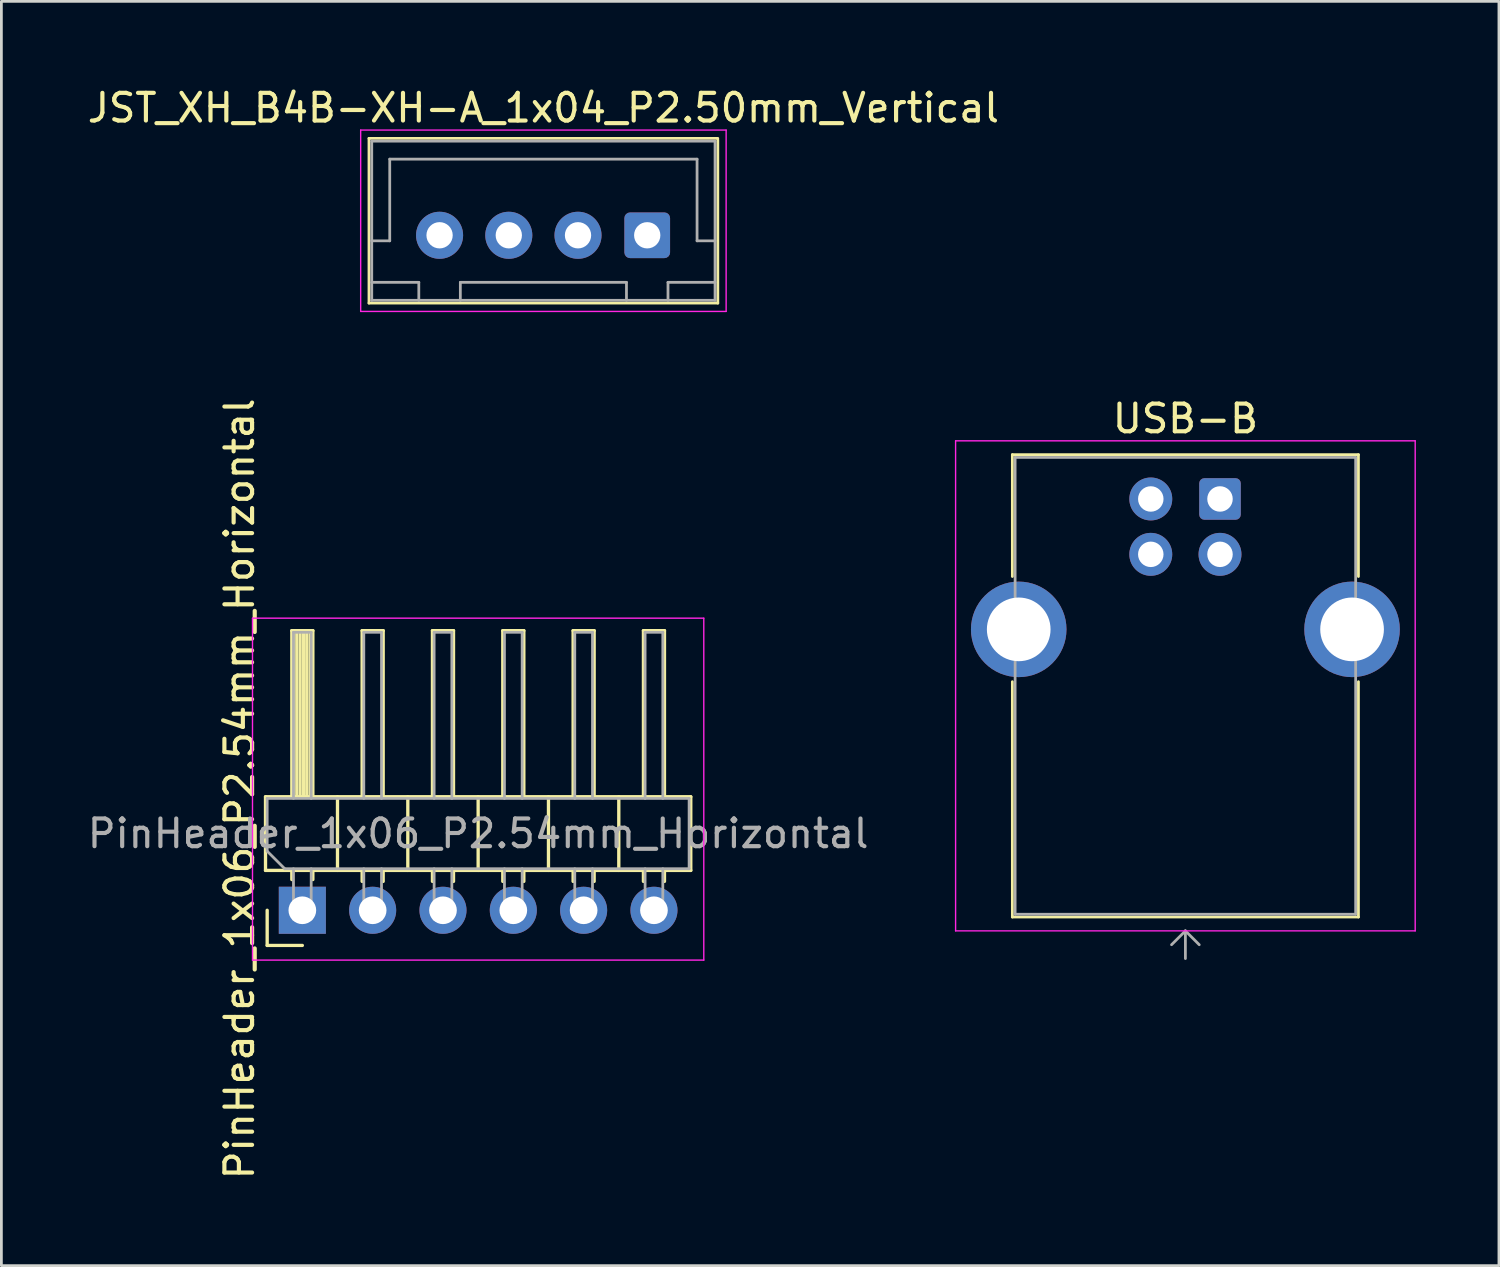
<source format=kicad_pcb>
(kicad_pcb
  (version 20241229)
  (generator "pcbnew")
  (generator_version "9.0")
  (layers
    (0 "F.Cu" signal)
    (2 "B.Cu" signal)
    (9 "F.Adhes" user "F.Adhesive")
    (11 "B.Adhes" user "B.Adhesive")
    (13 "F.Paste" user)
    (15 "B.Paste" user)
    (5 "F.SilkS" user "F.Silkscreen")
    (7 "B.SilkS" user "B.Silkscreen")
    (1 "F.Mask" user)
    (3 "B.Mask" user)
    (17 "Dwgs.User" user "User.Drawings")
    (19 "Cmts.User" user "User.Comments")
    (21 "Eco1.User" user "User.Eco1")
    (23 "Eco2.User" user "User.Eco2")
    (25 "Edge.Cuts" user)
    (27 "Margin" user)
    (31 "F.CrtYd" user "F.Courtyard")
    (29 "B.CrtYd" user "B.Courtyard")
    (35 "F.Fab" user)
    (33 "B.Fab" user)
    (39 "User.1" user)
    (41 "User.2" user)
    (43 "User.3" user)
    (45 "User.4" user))
  (footprint "USB-B"
    (layer "F.Cu")
    (at 39.765 15.972)
    (property "Reference" "USB-B" (at 0 -3.9 180) (layer "F.SilkS") (effects (font (size 1 1) (thickness 0.15))))
    (attr through_hole)
    (fp_line (start -6.25 -2.6) (end 6.25 -2.6) (stroke (width 0.1) (type solid)) (layer "F.SilkS"))
    (fp_line (start -6.25 1.8) (end -6.25 -2.6) (stroke (width 0.1) (type solid)) (layer "F.SilkS"))
    (fp_line (start -6.25 5.6) (end -6.25 14.1) (stroke (width 0.1) (type solid)) (layer "F.SilkS"))
    (fp_line (start -6.25 14.1) (end 6.25 14.1) (stroke (width 0.1) (type solid)) (layer "F.SilkS"))
    (fp_line (start 6.25 -2.6) (end 6.25 1.8) (stroke (width 0.1) (type solid)) (layer "F.SilkS"))
    (fp_line (start 6.25 14.1) (end 6.25 5.6) (stroke (width 0.1) (type solid)) (layer "F.SilkS"))
    (fp_line (start -8.3 -3.1) (end -8.3 14.6) (stroke (width 0.05) (type solid)) (layer "F.CrtYd"))
    (fp_line (start -8.3 14.6) (end 8.3 14.6) (stroke (width 0.05) (type solid)) (layer "F.CrtYd"))
    (fp_line (start 8.3 -3.1) (end -8.3 -3.1) (stroke (width 0.05) (type solid)) (layer "F.CrtYd"))
    (fp_line (start 8.3 14.6) (end 8.3 -3.1) (stroke (width 0.05) (type solid)) (layer "F.CrtYd"))
    (fp_line (start -6.15 -2.5) (end 6.15 -2.5) (stroke (width 0.1) (type solid)) (layer "F.Fab"))
    (fp_line (start -6.15 14) (end -6.15 -2.5) (stroke (width 0.1) (type solid)) (layer "F.Fab"))
    (fp_line (start -0.5 15.1) (end 0 14.6) (stroke (width 0.1) (type solid)) (layer "F.Fab"))
    (fp_line (start 0 14.6) (end 0 15.6) (stroke (width 0.1) (type solid)) (layer "F.Fab"))
    (fp_line (start 0 14.6) (end 0.5 15.1) (stroke (width 0.1) (type solid)) (layer "F.Fab"))
    (fp_line (start 6.15 -2.5) (end 6.15 14) (stroke (width 0.1) (type solid)) (layer "F.Fab"))
    (fp_line (start 6.15 14) (end -6.15 14) (stroke (width 0.1) (type solid)) (layer "F.Fab"))
    (pad "1" thru_hole roundrect (at 1.25 -1) (size 1.5 1.5) (drill 0.92) (layers "*.Cu" "*.Mask") (roundrect_rratio 0.125))
    (pad "2" thru_hole circle (at -1.25 -1) (size 1.55 1.55) (drill 0.92) (layers "*.Cu" "*.Mask"))
    (pad "3" thru_hole circle (at -1.25 1) (size 1.55 1.55) (drill 0.92) (layers "*.Cu" "*.Mask"))
    (pad "4" thru_hole circle (at 1.25 1) (size 1.55 1.55) (drill 0.92) (layers "*.Cu" "*.Mask"))
    (pad "SH" thru_hole circle (at -6.02 3.71) (size 3.45 3.45) (drill 2.3) (layers "*.Cu" "*.Mask"))
    (pad "SH" thru_hole circle (at 6.02 3.71) (size 3.45 3.45) (drill 2.3) (layers "*.Cu" "*.Mask")))
  (footprint "JST_XH_B4B-XH-A_1x04_P2.50mm_Vertical"
    (layer "F.Cu")
    (at 16.577 5.448)
    (property "Reference" "JST_XH_B4B-XH-A_1x04_P2.50mm_Vertical" (at 0 -4.6 180) (layer "F.SilkS") (effects (font (size 1 1) (thickness 0.15))))
    (attr through_hole)
    (fp_line (start -6.3 -3.5) (end -6.3 2.45) (stroke (width 0.1) (type solid)) (layer "F.SilkS"))
    (fp_line (start -6.3 2.45) (end 6.3 2.45) (stroke (width 0.1) (type solid)) (layer "F.SilkS"))
    (fp_line (start 6.3 -3.5) (end -6.3 -3.5) (stroke (width 0.1) (type solid)) (layer "F.SilkS"))
    (fp_line (start 6.3 2.45) (end 6.3 -3.45) (stroke (width 0.1) (type solid)) (layer "F.SilkS"))
    (fp_line (start -6.6 -3.8) (end -6.6 2.75) (stroke (width 0.05) (type solid)) (layer "F.CrtYd"))
    (fp_line (start -6.6 2.75) (end 6.6 2.75) (stroke (width 0.05) (type solid)) (layer "F.CrtYd"))
    (fp_line (start 6.6 -3.8) (end -6.6 -3.8) (stroke (width 0.05) (type solid)) (layer "F.CrtYd"))
    (fp_line (start 6.6 2.75) (end 6.6 -3.8) (stroke (width 0.05) (type solid)) (layer "F.CrtYd"))
    (fp_line (start -6.2 -3.4) (end -6.2 2.35) (stroke (width 0.1) (type solid)) (layer "F.Fab"))
    (fp_line (start -6.2 0.2) (end -5.55 0.2) (stroke (width 0.1) (type solid)) (layer "F.Fab"))
    (fp_line (start -6.2 2.35) (end 6.2 2.35) (stroke (width 0.1) (type solid)) (layer "F.Fab"))
    (fp_line (start -5.55 -2.75) (end 5.55 -2.75) (stroke (width 0.1) (type solid)) (layer "F.Fab"))
    (fp_line (start -5.55 0.2) (end -5.55 -2.75) (stroke (width 0.1) (type solid)) (layer "F.Fab"))
    (fp_line (start -4.5 1.7) (end -6.2 1.7) (stroke (width 0.1) (type solid)) (layer "F.Fab"))
    (fp_line (start -4.5 2.35) (end -4.5 1.7) (stroke (width 0.1) (type solid)) (layer "F.Fab"))
    (fp_line (start -3 1.7) (end -3 2.35) (stroke (width 0.1) (type solid)) (layer "F.Fab"))
    (fp_line (start 3 1.7) (end -3 1.7) (stroke (width 0.1) (type solid)) (layer "F.Fab"))
    (fp_line (start 3 2.35) (end 3 1.7) (stroke (width 0.1) (type solid)) (layer "F.Fab"))
    (fp_line (start 4.5 1.7) (end 4.5 2.35) (stroke (width 0.1) (type solid)) (layer "F.Fab"))
    (fp_line (start 5.55 0.2) (end 5.55 -2.75) (stroke (width 0.1) (type solid)) (layer "F.Fab"))
    (fp_line (start 6.2 -3.4) (end -6.2 -3.4) (stroke (width 0.1) (type solid)) (layer "F.Fab"))
    (fp_line (start 6.2 0.2) (end 5.55 0.2) (stroke (width 0.1) (type solid)) (layer "F.Fab"))
    (fp_line (start 6.2 1.7) (end 4.5 1.7) (stroke (width 0.1) (type solid)) (layer "F.Fab"))
    (fp_line (start 6.2 2.35) (end 6.2 -3.4) (stroke (width 0.1) (type solid)) (layer "F.Fab"))
    (pad "1" thru_hole roundrect (at 3.75 0 90) (size 1.65 1.65) (drill 0.95) (layers "*.Cu" "*.Mask") (roundrect_rratio 0.125))
    (pad "2" thru_hole circle (at 1.25 0) (size 1.7 1.7) (drill 0.95) (layers "*.Cu" "*.Mask"))
    (pad "3" thru_hole circle (at -1.25 0) (size 1.7 1.7) (drill 0.95) (layers "*.Cu" "*.Mask"))
    (pad "4" thru_hole circle (at -3.75 0) (size 1.7 1.7) (drill 0.95) (layers "*.Cu" "*.Mask")))
  (footprint "PinHeader_1x06_P2.54mm_Horizontal"
    (layer "F.Cu")
    (at 8.03 29.728)
    (property "Reference" "PinHeader_1x06_P2.54mm_Horizontal" (at -2.43 -4.285 90) (layer "F.SilkS") (effects (font (size 1 1) (thickness 0.15))))
    (attr through_hole)
    (fp_line (start -1.49 -4) (end -1.49 -1.34) (stroke (width 0.12) (type solid)) (layer "F.SilkS"))
    (fp_line (start -1.49 -1.34) (end 13.87 -1.34) (stroke (width 0.12) (type solid)) (layer "F.SilkS"))
    (fp_line (start -1.43 1.37) (end -1.43 0.1) (stroke (width 0.12) (type solid)) (layer "F.SilkS"))
    (fp_line (start -0.54 -10) (end 0.22 -10) (stroke (width 0.12) (type solid)) (layer "F.SilkS"))
    (fp_line (start -0.54 -4) (end -0.54 -10) (stroke (width 0.12) (type solid)) (layer "F.SilkS"))
    (fp_line (start -0.54 -1.01) (end -0.54 -1.34) (stroke (width 0.12) (type solid)) (layer "F.SilkS"))
    (fp_line (start -0.48 -4) (end -0.48 -10) (stroke (width 0.12) (type solid)) (layer "F.SilkS"))
    (fp_line (start -0.36 -4) (end -0.36 -10) (stroke (width 0.12) (type solid)) (layer "F.SilkS"))
    (fp_line (start -0.24 -4) (end -0.24 -10) (stroke (width 0.12) (type solid)) (layer "F.SilkS"))
    (fp_line (start -0.16 1.37) (end -1.43 1.37) (stroke (width 0.12) (type solid)) (layer "F.SilkS"))
    (fp_line (start -0.12 -4) (end -0.12 -10) (stroke (width 0.12) (type solid)) (layer "F.SilkS"))
    (fp_line (start 0 -4) (end 0 -10) (stroke (width 0.12) (type solid)) (layer "F.SilkS"))
    (fp_line (start 0.12 -4) (end 0.12 -10) (stroke (width 0.12) (type solid)) (layer "F.SilkS"))
    (fp_line (start 0.22 -10) (end 0.22 -4) (stroke (width 0.12) (type solid)) (layer "F.SilkS"))
    (fp_line (start 0.22 -1.01) (end 0.22 -1.34) (stroke (width 0.12) (type solid)) (layer "F.SilkS"))
    (fp_line (start 1.11 -1.34) (end 1.11 -4) (stroke (width 0.12) (type solid)) (layer "F.SilkS"))
    (fp_line (start 2 -10) (end 2.76 -10) (stroke (width 0.12) (type solid)) (layer "F.SilkS"))
    (fp_line (start 2 -4) (end 2 -10) (stroke (width 0.12) (type solid)) (layer "F.SilkS"))
    (fp_line (start 2 -0.943) (end 2 -1.34) (stroke (width 0.12) (type solid)) (layer "F.SilkS"))
    (fp_line (start 2.76 -10) (end 2.76 -4) (stroke (width 0.12) (type solid)) (layer "F.SilkS"))
    (fp_line (start 2.76 -0.943) (end 2.76 -1.34) (stroke (width 0.12) (type solid)) (layer "F.SilkS"))
    (fp_line (start 3.65 -1.34) (end 3.65 -4) (stroke (width 0.12) (type solid)) (layer "F.SilkS"))
    (fp_line (start 4.54 -10) (end 5.3 -10) (stroke (width 0.12) (type solid)) (layer "F.SilkS"))
    (fp_line (start 4.54 -4) (end 4.54 -10) (stroke (width 0.12) (type solid)) (layer "F.SilkS"))
    (fp_line (start 4.54 -0.943) (end 4.54 -1.34) (stroke (width 0.12) (type solid)) (layer "F.SilkS"))
    (fp_line (start 5.3 -10) (end 5.3 -4) (stroke (width 0.12) (type solid)) (layer "F.SilkS"))
    (fp_line (start 5.3 -0.943) (end 5.3 -1.34) (stroke (width 0.12) (type solid)) (layer "F.SilkS"))
    (fp_line (start 6.19 -1.34) (end 6.19 -4) (stroke (width 0.12) (type solid)) (layer "F.SilkS"))
    (fp_line (start 7.08 -10) (end 7.84 -10) (stroke (width 0.12) (type solid)) (layer "F.SilkS"))
    (fp_line (start 7.08 -4) (end 7.08 -10) (stroke (width 0.12) (type solid)) (layer "F.SilkS"))
    (fp_line (start 7.08 -0.943) (end 7.08 -1.34) (stroke (width 0.12) (type solid)) (layer "F.SilkS"))
    (fp_line (start 7.84 -10) (end 7.84 -4) (stroke (width 0.12) (type solid)) (layer "F.SilkS"))
    (fp_line (start 7.84 -0.943) (end 7.84 -1.34) (stroke (width 0.12) (type solid)) (layer "F.SilkS"))
    (fp_line (start 8.73 -1.34) (end 8.73 -4) (stroke (width 0.12) (type solid)) (layer "F.SilkS"))
    (fp_line (start 9.62 -10) (end 10.38 -10) (stroke (width 0.12) (type solid)) (layer "F.SilkS"))
    (fp_line (start 9.62 -4) (end 9.62 -10) (stroke (width 0.12) (type solid)) (layer "F.SilkS"))
    (fp_line (start 9.62 -0.943) (end 9.62 -1.34) (stroke (width 0.12) (type solid)) (layer "F.SilkS"))
    (fp_line (start 10.38 -10) (end 10.38 -4) (stroke (width 0.12) (type solid)) (layer "F.SilkS"))
    (fp_line (start 10.38 -0.943) (end 10.38 -1.34) (stroke (width 0.12) (type solid)) (layer "F.SilkS"))
    (fp_line (start 11.27 -1.34) (end 11.27 -4) (stroke (width 0.12) (type solid)) (layer "F.SilkS"))
    (fp_line (start 12.16 -10) (end 12.92 -10) (stroke (width 0.12) (type solid)) (layer "F.SilkS"))
    (fp_line (start 12.16 -4) (end 12.16 -10) (stroke (width 0.12) (type solid)) (layer "F.SilkS"))
    (fp_line (start 12.16 -0.943) (end 12.16 -1.34) (stroke (width 0.12) (type solid)) (layer "F.SilkS"))
    (fp_line (start 12.92 -10) (end 12.92 -4) (stroke (width 0.12) (type solid)) (layer "F.SilkS"))
    (fp_line (start 12.92 -0.943) (end 12.92 -1.34) (stroke (width 0.12) (type solid)) (layer "F.SilkS"))
    (fp_line (start 13.87 -4) (end -1.49 -4) (stroke (width 0.12) (type solid)) (layer "F.SilkS"))
    (fp_line (start 13.87 -1.34) (end 13.87 -4) (stroke (width 0.12) (type solid)) (layer "F.SilkS"))
    (fp_line (start -1.96 -10.45) (end -1.96 1.9) (stroke (width 0.05) (type solid)) (layer "F.CrtYd"))
    (fp_line (start -1.96 1.9) (end 14.34 1.9) (stroke (width 0.05) (type solid)) (layer "F.CrtYd"))
    (fp_line (start 14.34 -10.45) (end -1.96 -10.45) (stroke (width 0.05) (type solid)) (layer "F.CrtYd"))
    (fp_line (start 14.34 1.9) (end 14.34 -10.45) (stroke (width 0.05) (type solid)) (layer "F.CrtYd"))
    (fp_line (start -1.43 -3.94) (end 13.81 -3.94) (stroke (width 0.1) (type solid)) (layer "F.Fab"))
    (fp_line (start -1.43 -2.035) (end -1.43 -3.94) (stroke (width 0.1) (type solid)) (layer "F.Fab"))
    (fp_line (start -0.795 -1.4) (end -1.43 -2.035) (stroke (width 0.1) (type solid)) (layer "F.Fab"))
    (fp_line (start -0.48 -9.94) (end 0.16 -9.94) (stroke (width 0.1) (type solid)) (layer "F.Fab"))
    (fp_line (start -0.48 -3.94) (end -0.48 -9.94) (stroke (width 0.1) (type solid)) (layer "F.Fab"))
    (fp_line (start -0.48 0.42) (end -0.48 -1.4) (stroke (width 0.1) (type solid)) (layer "F.Fab"))
    (fp_line (start -0.48 0.42) (end 0.16 0.42) (stroke (width 0.1) (type solid)) (layer "F.Fab"))
    (fp_line (start 0.16 -3.94) (end 0.16 -9.94) (stroke (width 0.1) (type solid)) (layer "F.Fab"))
    (fp_line (start 0.16 0.42) (end 0.16 -1.4) (stroke (width 0.1) (type solid)) (layer "F.Fab"))
    (fp_line (start 2.06 -9.94) (end 2.7 -9.94) (stroke (width 0.1) (type solid)) (layer "F.Fab"))
    (fp_line (start 2.06 -3.94) (end 2.06 -9.94) (stroke (width 0.1) (type solid)) (layer "F.Fab"))
    (fp_line (start 2.06 0.42) (end 2.06 -1.4) (stroke (width 0.1) (type solid)) (layer "F.Fab"))
    (fp_line (start 2.06 0.42) (end 2.7 0.42) (stroke (width 0.1) (type solid)) (layer "F.Fab"))
    (fp_line (start 2.7 -3.94) (end 2.7 -9.94) (stroke (width 0.1) (type solid)) (layer "F.Fab"))
    (fp_line (start 2.7 0.42) (end 2.7 -1.4) (stroke (width 0.1) (type solid)) (layer "F.Fab"))
    (fp_line (start 4.6 -9.94) (end 5.24 -9.94) (stroke (width 0.1) (type solid)) (layer "F.Fab"))
    (fp_line (start 4.6 -3.94) (end 4.6 -9.94) (stroke (width 0.1) (type solid)) (layer "F.Fab"))
    (fp_line (start 4.6 0.42) (end 4.6 -1.4) (stroke (width 0.1) (type solid)) (layer "F.Fab"))
    (fp_line (start 4.6 0.42) (end 5.24 0.42) (stroke (width 0.1) (type solid)) (layer "F.Fab"))
    (fp_line (start 5.24 -3.94) (end 5.24 -9.94) (stroke (width 0.1) (type solid)) (layer "F.Fab"))
    (fp_line (start 5.24 0.42) (end 5.24 -1.4) (stroke (width 0.1) (type solid)) (layer "F.Fab"))
    (fp_line (start 7.14 -9.94) (end 7.78 -9.94) (stroke (width 0.1) (type solid)) (layer "F.Fab"))
    (fp_line (start 7.14 -3.94) (end 7.14 -9.94) (stroke (width 0.1) (type solid)) (layer "F.Fab"))
    (fp_line (start 7.14 0.42) (end 7.14 -1.4) (stroke (width 0.1) (type solid)) (layer "F.Fab"))
    (fp_line (start 7.14 0.42) (end 7.78 0.42) (stroke (width 0.1) (type solid)) (layer "F.Fab"))
    (fp_line (start 7.78 -3.94) (end 7.78 -9.94) (stroke (width 0.1) (type solid)) (layer "F.Fab"))
    (fp_line (start 7.78 0.42) (end 7.78 -1.4) (stroke (width 0.1) (type solid)) (layer "F.Fab"))
    (fp_line (start 9.68 -9.94) (end 10.32 -9.94) (stroke (width 0.1) (type solid)) (layer "F.Fab"))
    (fp_line (start 9.68 -3.94) (end 9.68 -9.94) (stroke (width 0.1) (type solid)) (layer "F.Fab"))
    (fp_line (start 9.68 0.42) (end 9.68 -1.4) (stroke (width 0.1) (type solid)) (layer "F.Fab"))
    (fp_line (start 9.68 0.42) (end 10.32 0.42) (stroke (width 0.1) (type solid)) (layer "F.Fab"))
    (fp_line (start 10.32 -3.94) (end 10.32 -9.94) (stroke (width 0.1) (type solid)) (layer "F.Fab"))
    (fp_line (start 10.32 0.42) (end 10.32 -1.4) (stroke (width 0.1) (type solid)) (layer "F.Fab"))
    (fp_line (start 12.22 -9.94) (end 12.86 -9.94) (stroke (width 0.1) (type solid)) (layer "F.Fab"))
    (fp_line (start 12.22 -3.94) (end 12.22 -9.94) (stroke (width 0.1) (type solid)) (layer "F.Fab"))
    (fp_line (start 12.22 0.42) (end 12.22 -1.4) (stroke (width 0.1) (type solid)) (layer "F.Fab"))
    (fp_line (start 12.22 0.42) (end 12.86 0.42) (stroke (width 0.1) (type solid)) (layer "F.Fab"))
    (fp_line (start 12.86 -3.94) (end 12.86 -9.94) (stroke (width 0.1) (type solid)) (layer "F.Fab"))
    (fp_line (start 12.86 0.42) (end 12.86 -1.4) (stroke (width 0.1) (type solid)) (layer "F.Fab"))
    (fp_line (start 13.81 -3.94) (end 13.81 -1.4) (stroke (width 0.1) (type solid)) (layer "F.Fab"))
    (fp_line (start 13.81 -1.4) (end -0.795 -1.4) (stroke (width 0.1) (type solid)) (layer "F.Fab"))
    (fp_text user "${REFERENCE}" (at 6.19 -2.67 180) (layer "F.Fab") (effects (font (size 1 1) (thickness 0.15))))
    (pad "1" thru_hole rect (at -0.16 0.1 90) (size 1.7 1.7) (drill 1) (layers "*.Cu" "*.Mask"))
    (pad "2" thru_hole oval (at 2.38 0.1 90) (size 1.7 1.7) (drill 1) (layers "*.Cu" "*.Mask"))
    (pad "3" thru_hole oval (at 4.92 0.1 90) (size 1.7 1.7) (drill 1) (layers "*.Cu" "*.Mask"))
    (pad "4" thru_hole oval (at 7.46 0.1 90) (size 1.7 1.7) (drill 1) (layers "*.Cu" "*.Mask"))
    (pad "5" thru_hole oval (at 10 0.1 90) (size 1.7 1.7) (drill 1) (layers "*.Cu" "*.Mask"))
    (pad "6" thru_hole oval (at 12.54 0.1 90) (size 1.7 1.7) (drill 1) (layers "*.Cu" "*.Mask")))
  (gr_rect
    (start -3 -3)
    (end 51.09 42.664)
    (stroke (width 0.1) (type default))
    (fill no)
    (layer "Edge.Cuts")))
</source>
